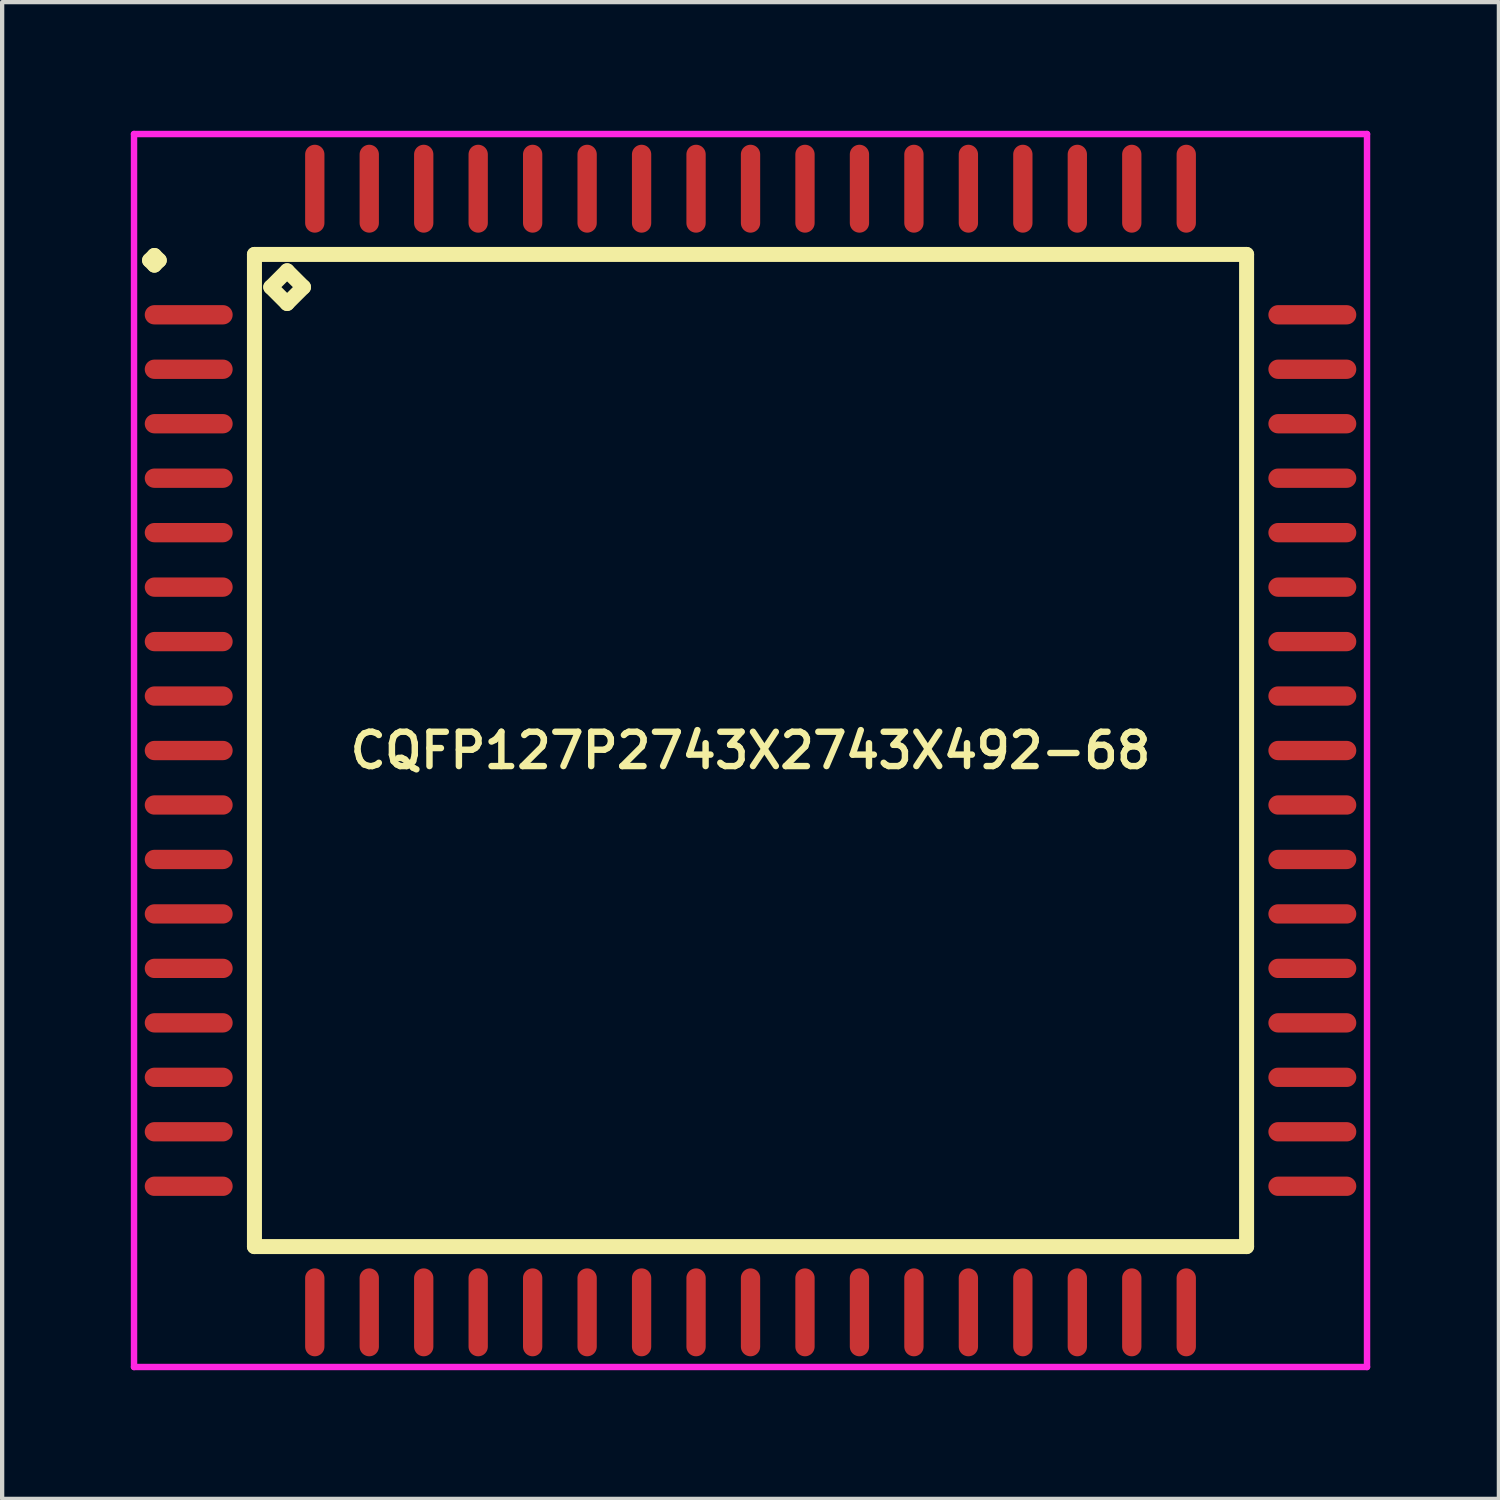
<source format=kicad_pcb>
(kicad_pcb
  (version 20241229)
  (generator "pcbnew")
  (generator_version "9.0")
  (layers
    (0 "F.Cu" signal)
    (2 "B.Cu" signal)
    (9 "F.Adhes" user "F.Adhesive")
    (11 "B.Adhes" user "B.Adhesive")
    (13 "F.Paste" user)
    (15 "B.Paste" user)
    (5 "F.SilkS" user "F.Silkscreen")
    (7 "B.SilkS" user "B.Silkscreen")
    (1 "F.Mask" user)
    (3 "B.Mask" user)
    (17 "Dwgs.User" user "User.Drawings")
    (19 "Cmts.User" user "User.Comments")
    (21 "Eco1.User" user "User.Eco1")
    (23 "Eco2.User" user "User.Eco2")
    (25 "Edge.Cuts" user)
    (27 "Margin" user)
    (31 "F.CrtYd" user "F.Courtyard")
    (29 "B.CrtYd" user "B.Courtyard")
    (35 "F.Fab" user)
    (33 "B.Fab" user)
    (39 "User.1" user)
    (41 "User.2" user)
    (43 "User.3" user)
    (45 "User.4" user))
  (footprint "CQFP127P2743X2743X492-68"
    (layer "F.Cu")
    (at 14.45 14.45)
    (property "Reference" "CQFP127P2743X2743X492-68" (at 0 0 0) (layer "F.SilkS") (effects (font (size 0.8 0.8) (thickness 0.15))))
    (attr smd)
    (fp_line (start -14.012 -11.43) (end -13.9 -11.543) (stroke (width 0.35) (type solid)) (layer "F.SilkS"))
    (fp_line (start -13.9 -11.543) (end -13.787 -11.43) (stroke (width 0.35) (type solid)) (layer "F.SilkS"))
    (fp_line (start -13.9 -11.318) (end -14.012 -11.43) (stroke (width 0.35) (type solid)) (layer "F.SilkS"))
    (fp_line (start -13.787 -11.43) (end -13.9 -11.318) (stroke (width 0.35) (type solid)) (layer "F.SilkS"))
    (fp_line (start -11.567 -11.567) (end -11.567 11.567) (stroke (width 0.35) (type solid)) (layer "F.SilkS"))
    (fp_line (start -11.567 11.567) (end 11.567 11.567) (stroke (width 0.35) (type solid)) (layer "F.SilkS"))
    (fp_line (start -11.186 -10.805) (end -10.805 -11.186) (stroke (width 0.35) (type solid)) (layer "F.SilkS"))
    (fp_line (start -10.805 -11.186) (end -10.424 -10.805) (stroke (width 0.35) (type solid)) (layer "F.SilkS"))
    (fp_line (start -10.805 -10.424) (end -11.186 -10.805) (stroke (width 0.35) (type solid)) (layer "F.SilkS"))
    (fp_line (start -10.424 -10.805) (end -10.805 -10.424) (stroke (width 0.35) (type solid)) (layer "F.SilkS"))
    (fp_line (start 11.567 -11.567) (end -11.567 -11.567) (stroke (width 0.35) (type solid)) (layer "F.SilkS"))
    (fp_line (start 11.567 11.567) (end 11.567 -11.567) (stroke (width 0.35) (type solid)) (layer "F.SilkS"))
    (fp_line (start -14.375 -14.375) (end 14.375 -14.375) (stroke (width 0.15) (type solid)) (layer "F.CrtYd"))
    (fp_line (start -14.375 14.375) (end -14.375 -14.375) (stroke (width 0.15) (type solid)) (layer "F.CrtYd"))
    (fp_line (start 14.375 -14.375) (end 14.375 14.375) (stroke (width 0.15) (type solid)) (layer "F.CrtYd"))
    (fp_line (start 14.375 14.375) (end -14.375 14.375) (stroke (width 0.15) (type solid)) (layer "F.CrtYd"))
    (pad "1" smd oval (at -13.1 -10.16) (size 2.05 0.45) (layers "F.Cu" "F.Mask" "F.Paste"))
    (pad "2" smd oval (at -13.1 -8.89) (size 2.05 0.45) (layers "F.Cu" "F.Mask" "F.Paste"))
    (pad "3" smd oval (at -13.1 -7.62) (size 2.05 0.45) (layers "F.Cu" "F.Mask" "F.Paste"))
    (pad "4" smd oval (at -13.1 -6.35) (size 2.05 0.45) (layers "F.Cu" "F.Mask" "F.Paste"))
    (pad "5" smd oval (at -13.1 -5.08) (size 2.05 0.45) (layers "F.Cu" "F.Mask" "F.Paste"))
    (pad "6" smd oval (at -13.1 -3.81) (size 2.05 0.45) (layers "F.Cu" "F.Mask" "F.Paste"))
    (pad "7" smd oval (at -13.1 -2.54) (size 2.05 0.45) (layers "F.Cu" "F.Mask" "F.Paste"))
    (pad "8" smd oval (at -13.1 -1.27) (size 2.05 0.45) (layers "F.Cu" "F.Mask" "F.Paste"))
    (pad "9" smd oval (at -13.1 0) (size 2.05 0.45) (layers "F.Cu" "F.Mask" "F.Paste"))
    (pad "10" smd oval (at -13.1 1.27) (size 2.05 0.45) (layers "F.Cu" "F.Mask" "F.Paste"))
    (pad "11" smd oval (at -13.1 2.54) (size 2.05 0.45) (layers "F.Cu" "F.Mask" "F.Paste"))
    (pad "12" smd oval (at -13.1 3.81) (size 2.05 0.45) (layers "F.Cu" "F.Mask" "F.Paste"))
    (pad "13" smd oval (at -13.1 5.08) (size 2.05 0.45) (layers "F.Cu" "F.Mask" "F.Paste"))
    (pad "14" smd oval (at -13.1 6.35) (size 2.05 0.45) (layers "F.Cu" "F.Mask" "F.Paste"))
    (pad "15" smd oval (at -13.1 7.62) (size 2.05 0.45) (layers "F.Cu" "F.Mask" "F.Paste"))
    (pad "16" smd oval (at -13.1 8.89) (size 2.05 0.45) (layers "F.Cu" "F.Mask" "F.Paste"))
    (pad "17" smd oval (at -13.1 10.16) (size 2.05 0.45) (layers "F.Cu" "F.Mask" "F.Paste"))
    (pad "18" smd oval (at -10.16 13.1) (size 0.45 2.05) (layers "F.Cu" "F.Mask" "F.Paste"))
    (pad "19" smd oval (at -8.89 13.1) (size 0.45 2.05) (layers "F.Cu" "F.Mask" "F.Paste"))
    (pad "20" smd oval (at -7.62 13.1) (size 0.45 2.05) (layers "F.Cu" "F.Mask" "F.Paste"))
    (pad "21" smd oval (at -6.35 13.1) (size 0.45 2.05) (layers "F.Cu" "F.Mask" "F.Paste"))
    (pad "22" smd oval (at -5.08 13.1) (size 0.45 2.05) (layers "F.Cu" "F.Mask" "F.Paste"))
    (pad "23" smd oval (at -3.81 13.1) (size 0.45 2.05) (layers "F.Cu" "F.Mask" "F.Paste"))
    (pad "24" smd oval (at -2.54 13.1) (size 0.45 2.05) (layers "F.Cu" "F.Mask" "F.Paste"))
    (pad "25" smd oval (at -1.27 13.1) (size 0.45 2.05) (layers "F.Cu" "F.Mask" "F.Paste"))
    (pad "26" smd oval (at 0 13.1) (size 0.45 2.05) (layers "F.Cu" "F.Mask" "F.Paste"))
    (pad "27" smd oval (at 1.27 13.1) (size 0.45 2.05) (layers "F.Cu" "F.Mask" "F.Paste"))
    (pad "28" smd oval (at 2.54 13.1) (size 0.45 2.05) (layers "F.Cu" "F.Mask" "F.Paste"))
    (pad "29" smd oval (at 3.81 13.1) (size 0.45 2.05) (layers "F.Cu" "F.Mask" "F.Paste"))
    (pad "30" smd oval (at 5.08 13.1) (size 0.45 2.05) (layers "F.Cu" "F.Mask" "F.Paste"))
    (pad "31" smd oval (at 6.35 13.1) (size 0.45 2.05) (layers "F.Cu" "F.Mask" "F.Paste"))
    (pad "32" smd oval (at 7.62 13.1) (size 0.45 2.05) (layers "F.Cu" "F.Mask" "F.Paste"))
    (pad "33" smd oval (at 8.89 13.1) (size 0.45 2.05) (layers "F.Cu" "F.Mask" "F.Paste"))
    (pad "34" smd oval (at 10.16 13.1) (size 0.45 2.05) (layers "F.Cu" "F.Mask" "F.Paste"))
    (pad "35" smd oval (at 13.1 10.16) (size 2.05 0.45) (layers "F.Cu" "F.Mask" "F.Paste"))
    (pad "36" smd oval (at 13.1 8.89) (size 2.05 0.45) (layers "F.Cu" "F.Mask" "F.Paste"))
    (pad "37" smd oval (at 13.1 7.62) (size 2.05 0.45) (layers "F.Cu" "F.Mask" "F.Paste"))
    (pad "38" smd oval (at 13.1 6.35) (size 2.05 0.45) (layers "F.Cu" "F.Mask" "F.Paste"))
    (pad "39" smd oval (at 13.1 5.08) (size 2.05 0.45) (layers "F.Cu" "F.Mask" "F.Paste"))
    (pad "40" smd oval (at 13.1 3.81) (size 2.05 0.45) (layers "F.Cu" "F.Mask" "F.Paste"))
    (pad "41" smd oval (at 13.1 2.54) (size 2.05 0.45) (layers "F.Cu" "F.Mask" "F.Paste"))
    (pad "42" smd oval (at 13.1 1.27) (size 2.05 0.45) (layers "F.Cu" "F.Mask" "F.Paste"))
    (pad "43" smd oval (at 13.1 0) (size 2.05 0.45) (layers "F.Cu" "F.Mask" "F.Paste"))
    (pad "44" smd oval (at 13.1 -1.27) (size 2.05 0.45) (layers "F.Cu" "F.Mask" "F.Paste"))
    (pad "45" smd oval (at 13.1 -2.54) (size 2.05 0.45) (layers "F.Cu" "F.Mask" "F.Paste"))
    (pad "46" smd oval (at 13.1 -3.81) (size 2.05 0.45) (layers "F.Cu" "F.Mask" "F.Paste"))
    (pad "47" smd oval (at 13.1 -5.08) (size 2.05 0.45) (layers "F.Cu" "F.Mask" "F.Paste"))
    (pad "48" smd oval (at 13.1 -6.35) (size 2.05 0.45) (layers "F.Cu" "F.Mask" "F.Paste"))
    (pad "49" smd oval (at 13.1 -7.62) (size 2.05 0.45) (layers "F.Cu" "F.Mask" "F.Paste"))
    (pad "50" smd oval (at 13.1 -8.89) (size 2.05 0.45) (layers "F.Cu" "F.Mask" "F.Paste"))
    (pad "51" smd oval (at 13.1 -10.16) (size 2.05 0.45) (layers "F.Cu" "F.Mask" "F.Paste"))
    (pad "52" smd oval (at 10.16 -13.1) (size 0.45 2.05) (layers "F.Cu" "F.Mask" "F.Paste"))
    (pad "53" smd oval (at 8.89 -13.1) (size 0.45 2.05) (layers "F.Cu" "F.Mask" "F.Paste"))
    (pad "54" smd oval (at 7.62 -13.1) (size 0.45 2.05) (layers "F.Cu" "F.Mask" "F.Paste"))
    (pad "55" smd oval (at 6.35 -13.1) (size 0.45 2.05) (layers "F.Cu" "F.Mask" "F.Paste"))
    (pad "56" smd oval (at 5.08 -13.1) (size 0.45 2.05) (layers "F.Cu" "F.Mask" "F.Paste"))
    (pad "57" smd oval (at 3.81 -13.1) (size 0.45 2.05) (layers "F.Cu" "F.Mask" "F.Paste"))
    (pad "58" smd oval (at 2.54 -13.1) (size 0.45 2.05) (layers "F.Cu" "F.Mask" "F.Paste"))
    (pad "59" smd oval (at 1.27 -13.1) (size 0.45 2.05) (layers "F.Cu" "F.Mask" "F.Paste"))
    (pad "60" smd oval (at 0 -13.1) (size 0.45 2.05) (layers "F.Cu" "F.Mask" "F.Paste"))
    (pad "61" smd oval (at -1.27 -13.1) (size 0.45 2.05) (layers "F.Cu" "F.Mask" "F.Paste"))
    (pad "62" smd oval (at -2.54 -13.1) (size 0.45 2.05) (layers "F.Cu" "F.Mask" "F.Paste"))
    (pad "63" smd oval (at -3.81 -13.1) (size 0.45 2.05) (layers "F.Cu" "F.Mask" "F.Paste"))
    (pad "64" smd oval (at -5.08 -13.1) (size 0.45 2.05) (layers "F.Cu" "F.Mask" "F.Paste"))
    (pad "65" smd oval (at -6.35 -13.1) (size 0.45 2.05) (layers "F.Cu" "F.Mask" "F.Paste"))
    (pad "66" smd oval (at -7.62 -13.1) (size 0.45 2.05) (layers "F.Cu" "F.Mask" "F.Paste"))
    (pad "67" smd oval (at -8.89 -13.1) (size 0.45 2.05) (layers "F.Cu" "F.Mask" "F.Paste"))
    (pad "68" smd oval (at -10.16 -13.1) (size 0.45 2.05) (layers "F.Cu" "F.Mask" "F.Paste")))
  (gr_rect
    (start -3 -3)
    (end 31.9 31.9)
    (stroke (width 0.1) (type default))
    (fill no)
    (layer "Edge.Cuts")))
</source>
